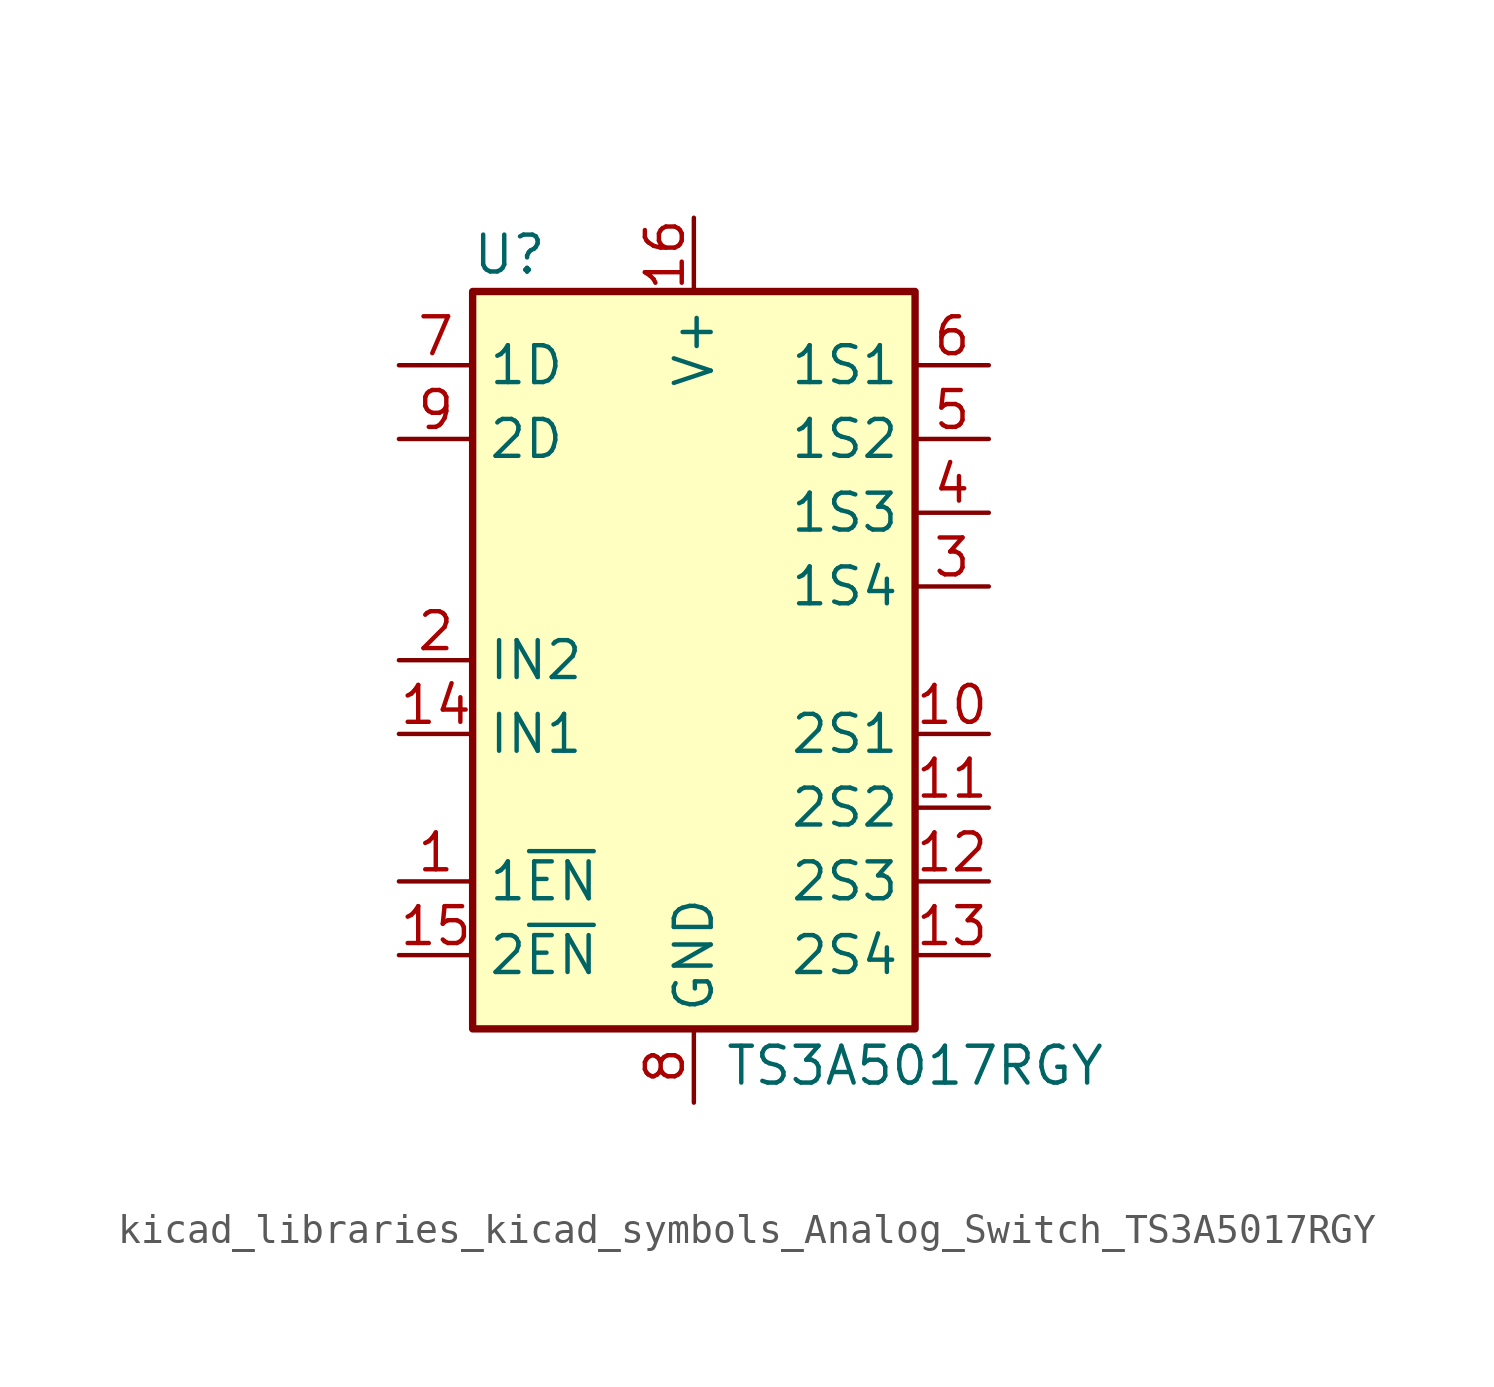
<source format=kicad_sym>
(kicad_symbol_lib
  (version 20220914)
  (generator kicad_symbol_editor)
  (symbol "kicad_libraries_kicad_symbols_Analog_Switch_TS3A5017RGY"
    (property "Reference" "U"
      (at -6.35 13.97 0)
      (effects (font (size 1.27 1.27))))
    (property "Value" "TS3A5017RGY"
      (at 7.62 -13.97 0)
      (effects (font (size 1.27 1.27))))
    (symbol "kicad_libraries_kicad_symbols_Analog_Switch_TS3A5017RGY_0_1"
      (rectangle (start -7.62 12.7) (end 7.62 -12.7) (stroke (width 0.254) (type default)) (fill (type background))))
    (symbol "kicad_libraries_kicad_symbols_Analog_Switch_TS3A5017RGY_1_1"
      (pin input line (at -10.16 -7.62 0) (length 2.54) (name "1~{EN}" (effects (font (size 1.27 1.27)))) (number "1" (effects (font (size 1.27 1.27)))))
      (pin bidirectional line (at 10.16 -2.54 180) (length 2.54) (name "2S1" (effects (font (size 1.27 1.27)))) (number "10" (effects (font (size 1.27 1.27)))))
      (pin bidirectional line (at 10.16 -5.08 180) (length 2.54) (name "2S2" (effects (font (size 1.27 1.27)))) (number "11" (effects (font (size 1.27 1.27)))))
      (pin bidirectional line (at 10.16 -7.62 180) (length 2.54) (name "2S3" (effects (font (size 1.27 1.27)))) (number "12" (effects (font (size 1.27 1.27)))))
      (pin bidirectional line (at 10.16 -10.16 180) (length 2.54) (name "2S4" (effects (font (size 1.27 1.27)))) (number "13" (effects (font (size 1.27 1.27)))))
      (pin input line (at -10.16 -2.54 0) (length 2.54) (name "IN1" (effects (font (size 1.27 1.27)))) (number "14" (effects (font (size 1.27 1.27)))))
      (pin input line (at -10.16 -10.16 0) (length 2.54) (name "2~{EN}" (effects (font (size 1.27 1.27)))) (number "15" (effects (font (size 1.27 1.27)))))
      (pin power_in line (at 0 15.24 270) (length 2.54) (name "V+" (effects (font (size 1.27 1.27)))) (number "16" (effects (font (size 1.27 1.27)))))
      (pin passive line (at 0 -15.24 90) (length 2.54) hide (name "GND" (effects (font (size 1.27 1.27)))) (number "17" (effects (font (size 1.27 1.27)))))
      (pin input line (at -10.16 0 0) (length 2.54) (name "IN2" (effects (font (size 1.27 1.27)))) (number "2" (effects (font (size 1.27 1.27)))))
      (pin bidirectional line (at 10.16 2.54 180) (length 2.54) (name "1S4" (effects (font (size 1.27 1.27)))) (number "3" (effects (font (size 1.27 1.27)))))
      (pin bidirectional line (at 10.16 5.08 180) (length 2.54) (name "1S3" (effects (font (size 1.27 1.27)))) (number "4" (effects (font (size 1.27 1.27)))))
      (pin bidirectional line (at 10.16 7.62 180) (length 2.54) (name "1S2" (effects (font (size 1.27 1.27)))) (number "5" (effects (font (size 1.27 1.27)))))
      (pin bidirectional line (at 10.16 10.16 180) (length 2.54) (name "1S1" (effects (font (size 1.27 1.27)))) (number "6" (effects (font (size 1.27 1.27)))))
      (pin bidirectional line (at -10.16 10.16 0) (length 2.54) (name "1D" (effects (font (size 1.27 1.27)))) (number "7" (effects (font (size 1.27 1.27)))))
      (pin power_in line (at 0 -15.24 90) (length 2.54) (name "GND" (effects (font (size 1.27 1.27)))) (number "8" (effects (font (size 1.27 1.27)))))
      (pin bidirectional line (at -10.16 7.62 0) (length 2.54) (name "2D" (effects (font (size 1.27 1.27)))) (number "9" (effects (font (size 1.27 1.27))))))))
</source>
